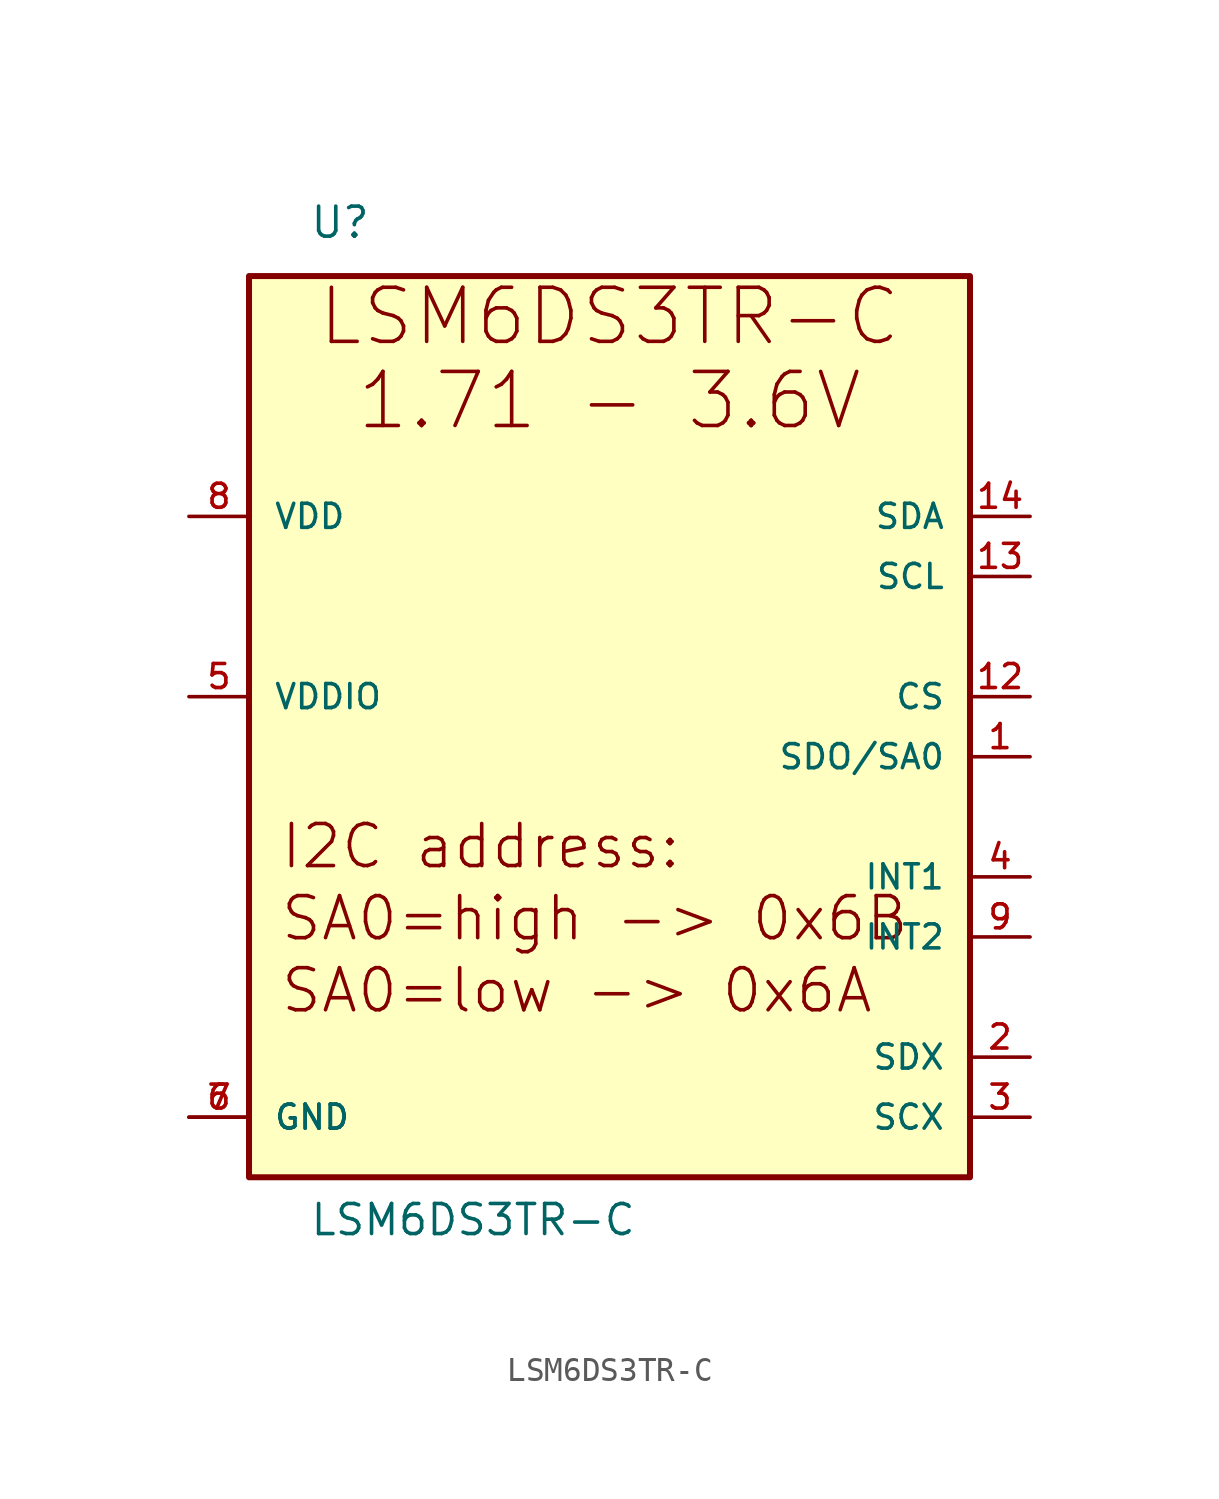
<source format=kicad_sym>
(kicad_symbol_lib
  (version 20211014)
  (generator kicad_symbol_editor)
  (symbol "LSM6DS3TR-C"
    (pin_names
      (offset 1.016))
    (property "Reference" "U"
      (at -12.7 14.224 0)
      (effects (font (size 1.27 1.27)) (justify left bottom)))
    (property "Value" "LSM6DS3TR-C"
      (at -12.7 -27.94 0)
      (effects (font (size 1.27 1.27)) (justify left bottom)))
    (property "ki_locked" ""
      (at 0 0 0)
      (effects (font (size 1.27 1.27))))
    (symbol "LSM6DS3TR-C_0_0"
      (rectangle (start -15.24 -25.4) (end 15.24 12.7) (stroke (width 0.254) (type default) (color 0 0 0 0)) (fill (type background)))
      (text "1.71 - 3.6V" (at 0 6.096 0) (effects (font (size 2.286 2.286)) (justify bottom)))
      (text "I2C address:" (at -13.97 -12.446 0) (effects (font (size 1.778 1.778)) (justify left bottom)))
      (text "LSM6DS3TR-C" (at 0 9.652 0) (effects (font (size 2.286 2.286)) (justify bottom)))
      (text "SA0=high -> 0x6B" (at -13.97 -15.494 0) (effects (font (size 1.778 1.778)) (justify left bottom)))
      (text "SA0=low -> 0x6A" (at -13.97 -18.542 0) (effects (font (size 1.778 1.778)) (justify left bottom)))
      (pin bidirectional line (at 17.78 -7.62 180) (length 2.54) (name "SDO/SA0" (effects (font (size 1.016 1.016)))) (number "1" (effects (font (size 1.016 1.016)))))
      (pin bidirectional line (at 17.78 -5.08 180) (length 2.54) (name "CS" (effects (font (size 1.016 1.016)))) (number "12" (effects (font (size 1.016 1.016)))))
      (pin bidirectional line (at 17.78 0 180) (length 2.54) (name "SCL" (effects (font (size 1.016 1.016)))) (number "13" (effects (font (size 1.016 1.016)))))
      (pin bidirectional line (at 17.78 2.54 180) (length 2.54) (name "SDA" (effects (font (size 1.016 1.016)))) (number "14" (effects (font (size 1.016 1.016)))))
      (pin bidirectional line (at 17.78 -20.32 180) (length 2.54) (name "SDX" (effects (font (size 1.016 1.016)))) (number "2" (effects (font (size 1.016 1.016)))))
      (pin bidirectional line (at 17.78 -22.86 180) (length 2.54) (name "SCX" (effects (font (size 1.016 1.016)))) (number "3" (effects (font (size 1.016 1.016)))))
      (pin bidirectional line (at 17.78 -12.7 180) (length 2.54) (name "INT1" (effects (font (size 1.016 1.016)))) (number "4" (effects (font (size 1.016 1.016)))))
      (pin bidirectional line (at -17.78 -5.08 0) (length 2.54) (name "VDDIO" (effects (font (size 1.016 1.016)))) (number "5" (effects (font (size 1.016 1.016)))))
      (pin bidirectional line (at -17.78 -22.86 0) (length 2.54) (name "GND" (effects (font (size 1.016 1.016)))) (number "6" (effects (font (size 1.016 1.016)))))
      (pin bidirectional line (at -17.78 -22.86 0) (length 2.54) (name "GND" (effects (font (size 1.016 1.016)))) (number "7" (effects (font (size 1.016 1.016)))))
      (pin bidirectional line (at -17.78 2.54 0) (length 2.54) (name "VDD" (effects (font (size 1.016 1.016)))) (number "8" (effects (font (size 1.016 1.016)))))
      (pin bidirectional line (at 17.78 -15.24 180) (length 2.54) (name "INT2" (effects (font (size 1.016 1.016)))) (number "9" (effects (font (size 1.016 1.016))))))))
</source>
